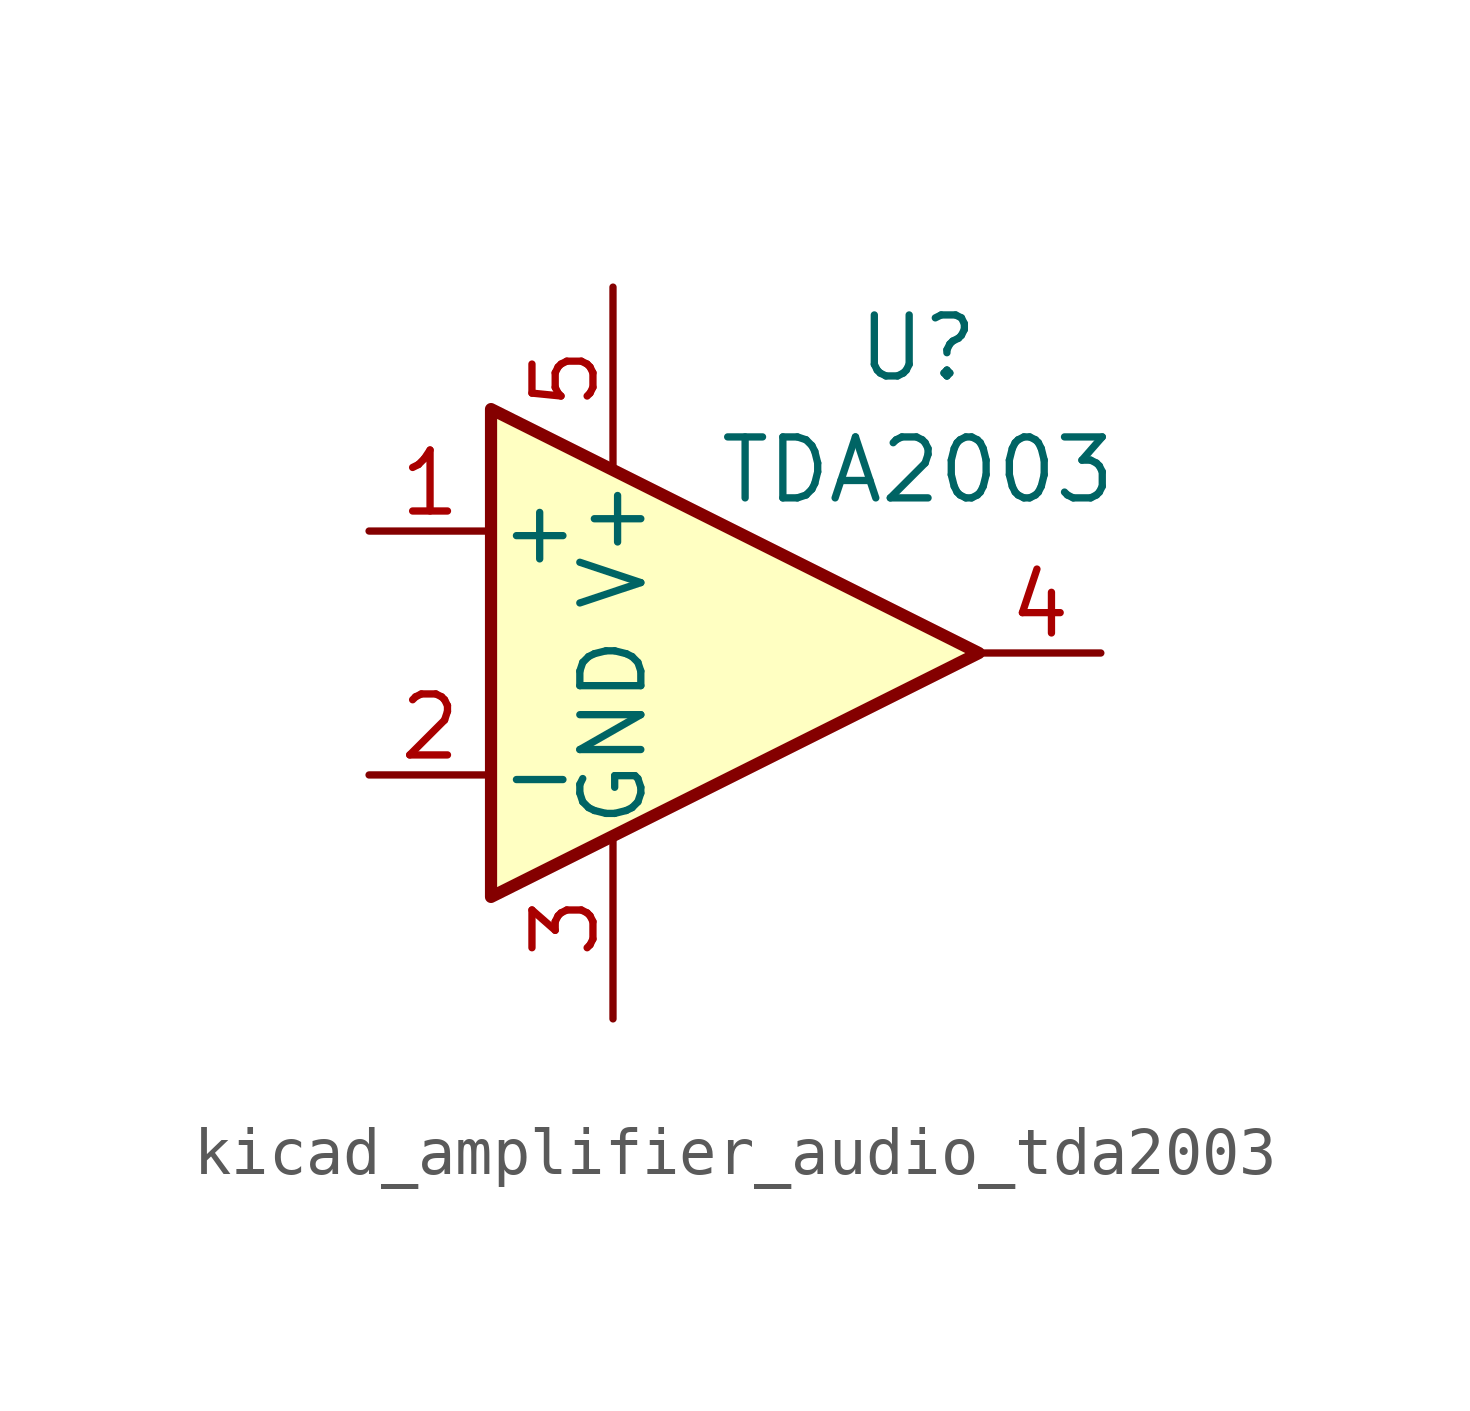
<source format=kicad_sym>
(kicad_symbol_lib
  (version 20220914)
  (generator kicad_symbol_editor)
  (symbol "kicad_amplifier_audio_tda2003"
    (pin_names
      (offset 0.127))
    (property "Reference" "U"
      (at 3.81 6.35 0)
      (effects (font (size 1.27 1.27))))
    (property "Value" "TDA2003"
      (at 3.81 3.81 0)
      (effects (font (size 1.27 1.27))))
    (symbol "kicad_amplifier_audio_tda2003_0_1"
      (polyline (pts (xy -5.08 5.08) (xy 5.08 0) (xy -5.08 -5.08) (xy -5.08 5.08)) (stroke (width 0.254) (type default)) (fill (type background))))
    (symbol "kicad_amplifier_audio_tda2003_1_1"
      (pin input line (at -7.62 2.54 0) (length 2.54) (name "+" (effects (font (size 1.27 1.27)))) (number "1" (effects (font (size 1.27 1.27)))))
      (pin input line (at -7.62 -2.54 0) (length 2.54) (name "-" (effects (font (size 1.27 1.27)))) (number "2" (effects (font (size 1.27 1.27)))))
      (pin power_in line (at -2.54 -7.62 90) (length 3.81) (name "GND" (effects (font (size 1.27 1.27)))) (number "3" (effects (font (size 1.27 1.27)))))
      (pin output line (at 7.62 0 180) (length 2.54) (name "~" (effects (font (size 1.27 1.27)))) (number "4" (effects (font (size 1.27 1.27)))))
      (pin power_in line (at -2.54 7.62 270) (length 3.81) (name "V+" (effects (font (size 1.27 1.27)))) (number "5" (effects (font (size 1.27 1.27))))))))
</source>
